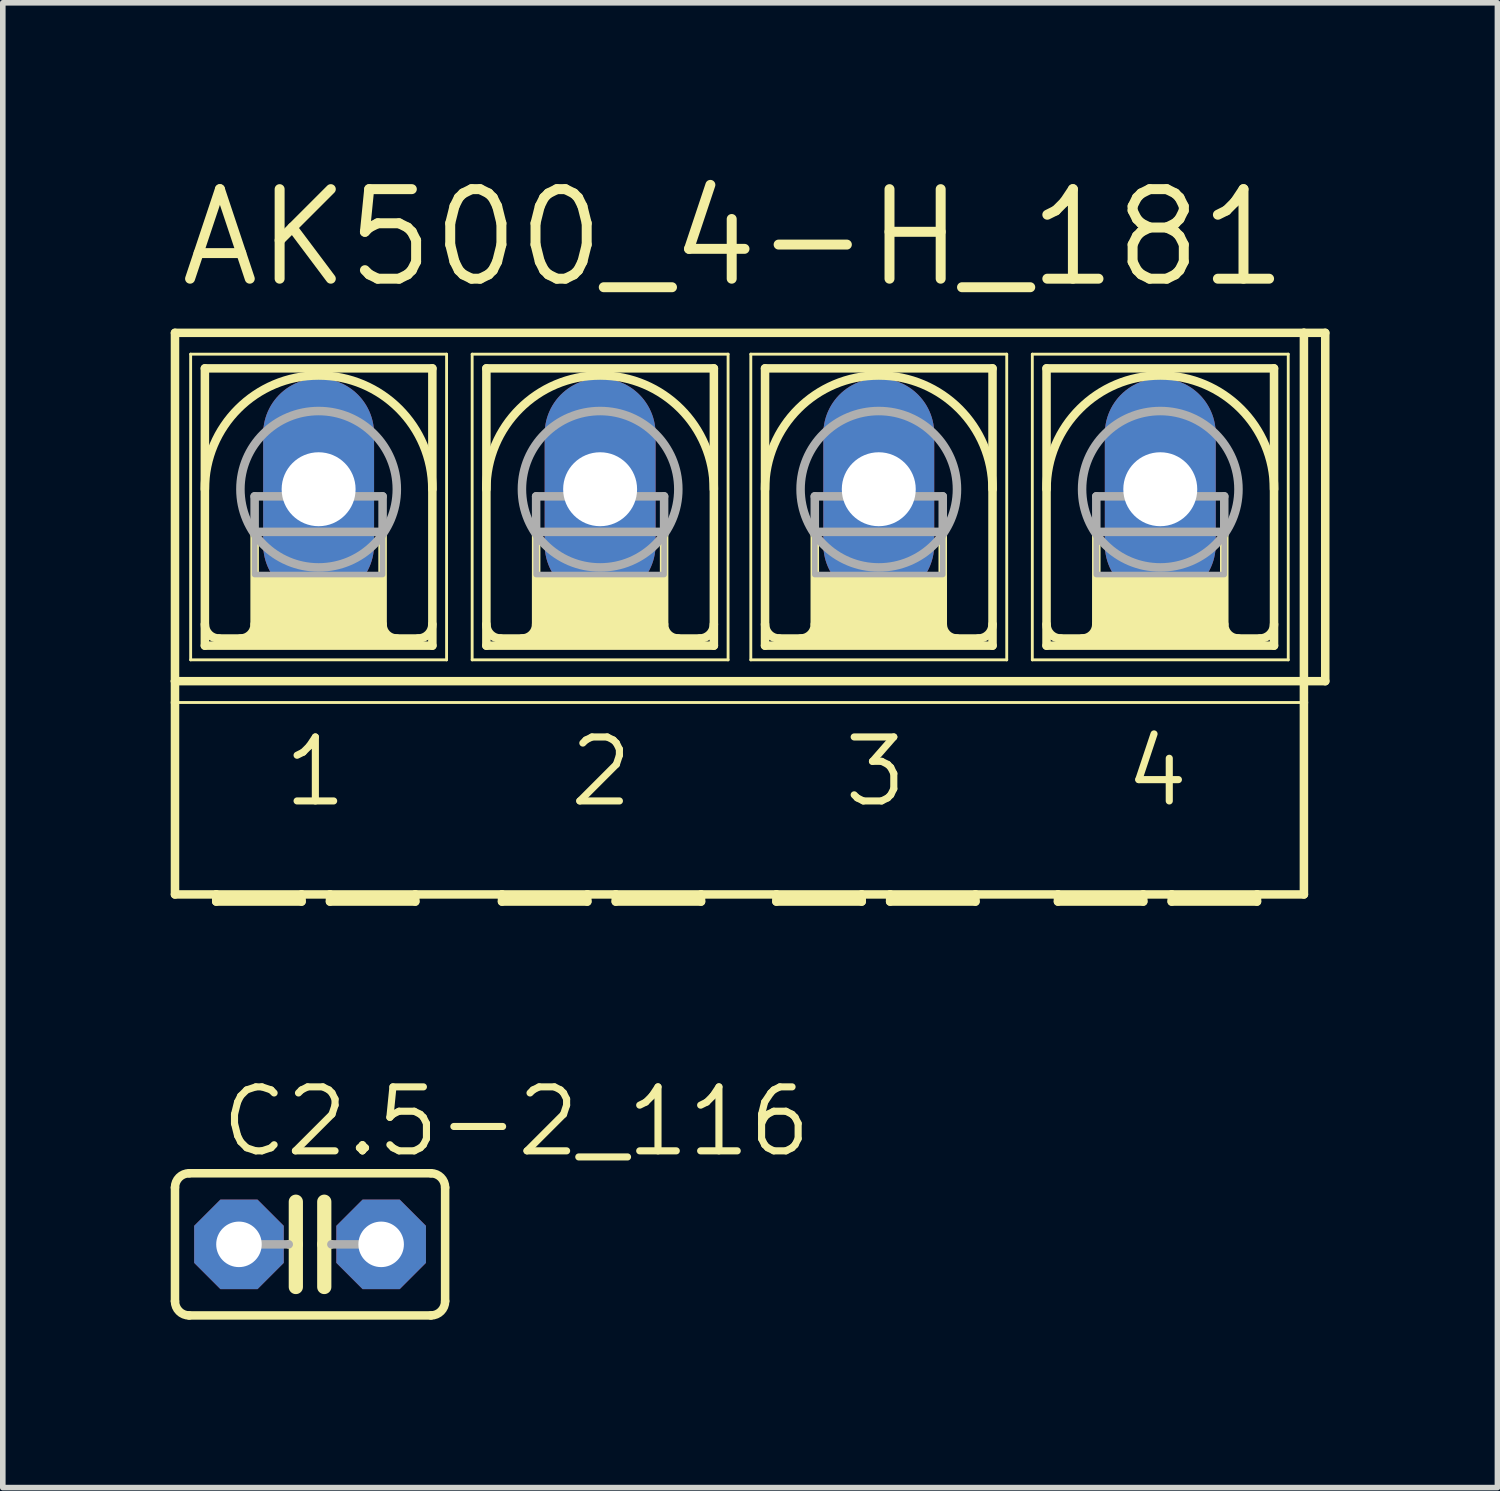
<source format=kicad_pcb>
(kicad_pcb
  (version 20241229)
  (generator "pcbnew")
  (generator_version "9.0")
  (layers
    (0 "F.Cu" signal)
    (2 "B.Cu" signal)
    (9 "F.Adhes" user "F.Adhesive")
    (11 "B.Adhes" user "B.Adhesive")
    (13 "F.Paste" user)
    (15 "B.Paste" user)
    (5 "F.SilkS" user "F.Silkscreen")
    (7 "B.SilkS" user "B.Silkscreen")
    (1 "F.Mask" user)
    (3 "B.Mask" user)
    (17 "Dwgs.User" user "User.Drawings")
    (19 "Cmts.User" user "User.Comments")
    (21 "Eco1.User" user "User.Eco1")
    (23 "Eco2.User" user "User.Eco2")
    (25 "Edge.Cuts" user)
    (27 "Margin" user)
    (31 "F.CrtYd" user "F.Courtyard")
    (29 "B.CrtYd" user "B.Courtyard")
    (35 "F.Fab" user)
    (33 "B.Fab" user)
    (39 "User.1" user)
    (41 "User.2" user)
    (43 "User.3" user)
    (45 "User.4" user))
  (footprint "AK500_4-H_181"
    (layer "F.Cu")
    (at 10.16 5.69)
    (property "Reference" "AK500_4-H_181" (at -10.084 -3.556 0) (unlocked yes) (layer "F.SilkS") (effects (font (size 1.6 1.6) (thickness 0.178)) (justify left bottom)))
    (fp_line (start -10.084 3.429) (end -10.084 -2.794) (stroke (width 0.152) (type solid)) (layer "F.SilkS"))
    (fp_line (start -10.084 3.429) (end 10.084 3.429) (stroke (width 0.152) (type solid)) (layer "F.SilkS"))
    (fp_line (start -10.084 3.81) (end -10.084 3.429) (stroke (width 0.152) (type solid)) (layer "F.SilkS"))
    (fp_line (start -10.084 7.239) (end -10.084 3.81) (stroke (width 0.152) (type solid)) (layer "F.SilkS"))
    (fp_line (start -10.084 7.239) (end -9.347 7.239) (stroke (width 0.152) (type solid)) (layer "F.SilkS"))
    (fp_line (start -9.804 -2.413) (end -9.804 3.048) (stroke (width 0.051) (type solid)) (layer "F.SilkS"))
    (fp_line (start -9.804 -2.413) (end -5.232 -2.413) (stroke (width 0.051) (type solid)) (layer "F.SilkS"))
    (fp_line (start -9.55 2.794) (end -9.55 -2.159) (stroke (width 0.152) (type solid)) (layer "F.SilkS"))
    (fp_line (start -9.55 2.794) (end -5.486 2.794) (stroke (width 0.152) (type solid)) (layer "F.SilkS"))
    (fp_line (start -9.347 7.239) (end -7.823 7.239) (stroke (width 0.152) (type solid)) (layer "F.SilkS"))
    (fp_line (start -9.347 7.366) (end -9.347 7.239) (stroke (width 0.152) (type solid)) (layer "F.SilkS"))
    (fp_line (start -9.347 7.366) (end -7.823 7.366) (stroke (width 0.152) (type solid)) (layer "F.SilkS"))
    (fp_line (start -8.661 0.762) (end -8.661 2.413) (stroke (width 0.152) (type solid)) (layer "F.SilkS"))
    (fp_line (start -7.823 7.239) (end -7.823 7.366) (stroke (width 0.152) (type solid)) (layer "F.SilkS"))
    (fp_line (start -7.823 7.239) (end -7.315 7.239) (stroke (width 0.152) (type solid)) (layer "F.SilkS"))
    (fp_line (start -7.315 7.239) (end -5.791 7.239) (stroke (width 0.152) (type solid)) (layer "F.SilkS"))
    (fp_line (start -7.315 7.366) (end -7.315 7.239) (stroke (width 0.152) (type solid)) (layer "F.SilkS"))
    (fp_line (start -7.315 7.366) (end -5.791 7.366) (stroke (width 0.152) (type solid)) (layer "F.SilkS"))
    (fp_line (start -6.375 0.762) (end -6.375 2.413) (stroke (width 0.152) (type solid)) (layer "F.SilkS"))
    (fp_line (start -5.791 7.239) (end -4.242 7.239) (stroke (width 0.152) (type solid)) (layer "F.SilkS"))
    (fp_line (start -5.791 7.366) (end -5.791 7.239) (stroke (width 0.152) (type solid)) (layer "F.SilkS"))
    (fp_line (start -5.74 2.667) (end -9.296 2.667) (stroke (width 0.152) (type solid)) (layer "F.SilkS"))
    (fp_line (start -5.486 -2.159) (end -9.55 -2.159) (stroke (width 0.152) (type solid)) (layer "F.SilkS"))
    (fp_line (start -5.486 -2.159) (end -5.486 2.794) (stroke (width 0.152) (type solid)) (layer "F.SilkS"))
    (fp_line (start -5.232 -2.413) (end -5.232 3.048) (stroke (width 0.051) (type solid)) (layer "F.SilkS"))
    (fp_line (start -5.232 3.048) (end -9.804 3.048) (stroke (width 0.051) (type solid)) (layer "F.SilkS"))
    (fp_line (start -4.775 -2.413) (end -4.775 3.048) (stroke (width 0.051) (type solid)) (layer "F.SilkS"))
    (fp_line (start -4.775 -2.413) (end -0.203 -2.413) (stroke (width 0.051) (type solid)) (layer "F.SilkS"))
    (fp_line (start -4.521 -2.159) (end -4.521 2.794) (stroke (width 0.152) (type solid)) (layer "F.SilkS"))
    (fp_line (start -4.521 2.794) (end -0.457 2.794) (stroke (width 0.152) (type solid)) (layer "F.SilkS"))
    (fp_line (start -4.242 7.239) (end -2.718 7.239) (stroke (width 0.152) (type solid)) (layer "F.SilkS"))
    (fp_line (start -4.242 7.366) (end -4.242 7.239) (stroke (width 0.152) (type solid)) (layer "F.SilkS"))
    (fp_line (start -4.242 7.366) (end -2.718 7.366) (stroke (width 0.152) (type solid)) (layer "F.SilkS"))
    (fp_line (start -3.632 0.762) (end -3.632 2.413) (stroke (width 0.152) (type solid)) (layer "F.SilkS"))
    (fp_line (start -2.718 7.239) (end -2.718 7.366) (stroke (width 0.152) (type solid)) (layer "F.SilkS"))
    (fp_line (start -2.718 7.239) (end -2.21 7.239) (stroke (width 0.152) (type solid)) (layer "F.SilkS"))
    (fp_line (start -2.21 7.239) (end -0.686 7.239) (stroke (width 0.152) (type solid)) (layer "F.SilkS"))
    (fp_line (start -2.21 7.366) (end -2.21 7.239) (stroke (width 0.152) (type solid)) (layer "F.SilkS"))
    (fp_line (start -2.21 7.366) (end -0.686 7.366) (stroke (width 0.152) (type solid)) (layer "F.SilkS"))
    (fp_line (start -1.346 0.762) (end -1.346 2.413) (stroke (width 0.152) (type solid)) (layer "F.SilkS"))
    (fp_line (start -0.711 2.667) (end -4.267 2.667) (stroke (width 0.152) (type solid)) (layer "F.SilkS"))
    (fp_line (start -0.686 7.366) (end -0.686 7.239) (stroke (width 0.152) (type solid)) (layer "F.SilkS"))
    (fp_line (start -0.457 -2.159) (end -4.521 -2.159) (stroke (width 0.152) (type solid)) (layer "F.SilkS"))
    (fp_line (start -0.457 2.794) (end -0.457 -2.159) (stroke (width 0.152) (type solid)) (layer "F.SilkS"))
    (fp_line (start -0.203 3.048) (end -4.775 3.048) (stroke (width 0.051) (type solid)) (layer "F.SilkS"))
    (fp_line (start -0.203 3.048) (end -0.203 -2.413) (stroke (width 0.051) (type solid)) (layer "F.SilkS"))
    (fp_line (start 0.203 -2.413) (end 0.203 3.048) (stroke (width 0.051) (type solid)) (layer "F.SilkS"))
    (fp_line (start 0.203 -2.413) (end 4.775 -2.413) (stroke (width 0.051) (type solid)) (layer "F.SilkS"))
    (fp_line (start 0.457 2.794) (end 0.457 -2.159) (stroke (width 0.152) (type solid)) (layer "F.SilkS"))
    (fp_line (start 0.457 2.794) (end 4.521 2.794) (stroke (width 0.152) (type solid)) (layer "F.SilkS"))
    (fp_line (start 0.66 7.239) (end -0.686 7.239) (stroke (width 0.152) (type solid)) (layer "F.SilkS"))
    (fp_line (start 0.66 7.239) (end 0.66 7.366) (stroke (width 0.152) (type solid)) (layer "F.SilkS"))
    (fp_line (start 0.66 7.239) (end 2.184 7.239) (stroke (width 0.152) (type solid)) (layer "F.SilkS"))
    (fp_line (start 0.66 7.366) (end 2.184 7.366) (stroke (width 0.152) (type solid)) (layer "F.SilkS"))
    (fp_line (start 1.346 0.762) (end 1.346 2.413) (stroke (width 0.152) (type solid)) (layer "F.SilkS"))
    (fp_line (start 2.184 7.239) (end 2.184 7.366) (stroke (width 0.152) (type solid)) (layer "F.SilkS"))
    (fp_line (start 2.184 7.239) (end 2.692 7.239) (stroke (width 0.152) (type solid)) (layer "F.SilkS"))
    (fp_line (start 2.692 7.239) (end 2.692 7.366) (stroke (width 0.152) (type solid)) (layer "F.SilkS"))
    (fp_line (start 2.692 7.239) (end 4.216 7.239) (stroke (width 0.152) (type solid)) (layer "F.SilkS"))
    (fp_line (start 2.692 7.366) (end 4.216 7.366) (stroke (width 0.152) (type solid)) (layer "F.SilkS"))
    (fp_line (start 3.632 0.762) (end 3.632 2.413) (stroke (width 0.152) (type solid)) (layer "F.SilkS"))
    (fp_line (start 4.216 7.366) (end 4.216 7.239) (stroke (width 0.152) (type solid)) (layer "F.SilkS"))
    (fp_line (start 4.267 2.667) (end 0.711 2.667) (stroke (width 0.152) (type solid)) (layer "F.SilkS"))
    (fp_line (start 4.521 -2.159) (end 0.457 -2.159) (stroke (width 0.152) (type solid)) (layer "F.SilkS"))
    (fp_line (start 4.521 -2.159) (end 4.521 2.794) (stroke (width 0.152) (type solid)) (layer "F.SilkS"))
    (fp_line (start 4.775 -2.413) (end 4.775 3.048) (stroke (width 0.051) (type solid)) (layer "F.SilkS"))
    (fp_line (start 4.775 3.048) (end 0.203 3.048) (stroke (width 0.051) (type solid)) (layer "F.SilkS"))
    (fp_line (start 5.232 -2.413) (end 5.232 3.048) (stroke (width 0.051) (type solid)) (layer "F.SilkS"))
    (fp_line (start 5.232 -2.413) (end 9.804 -2.413) (stroke (width 0.051) (type solid)) (layer "F.SilkS"))
    (fp_line (start 5.486 2.794) (end 5.486 -2.159) (stroke (width 0.152) (type solid)) (layer "F.SilkS"))
    (fp_line (start 5.486 2.794) (end 9.55 2.794) (stroke (width 0.152) (type solid)) (layer "F.SilkS"))
    (fp_line (start 5.69 7.239) (end 4.216 7.239) (stroke (width 0.152) (type solid)) (layer "F.SilkS"))
    (fp_line (start 5.69 7.239) (end 5.69 7.366) (stroke (width 0.152) (type solid)) (layer "F.SilkS"))
    (fp_line (start 5.69 7.366) (end 7.214 7.366) (stroke (width 0.152) (type solid)) (layer "F.SilkS"))
    (fp_line (start 6.375 0.762) (end 6.375 2.413) (stroke (width 0.152) (type solid)) (layer "F.SilkS"))
    (fp_line (start 7.214 7.239) (end 5.69 7.239) (stroke (width 0.152) (type solid)) (layer "F.SilkS"))
    (fp_line (start 7.214 7.239) (end 7.214 7.366) (stroke (width 0.152) (type solid)) (layer "F.SilkS"))
    (fp_line (start 7.722 7.239) (end 7.214 7.239) (stroke (width 0.152) (type solid)) (layer "F.SilkS"))
    (fp_line (start 7.722 7.239) (end 7.722 7.366) (stroke (width 0.152) (type solid)) (layer "F.SilkS"))
    (fp_line (start 7.722 7.366) (end 9.246 7.366) (stroke (width 0.152) (type solid)) (layer "F.SilkS"))
    (fp_line (start 8.661 0.762) (end 8.661 2.413) (stroke (width 0.152) (type solid)) (layer "F.SilkS"))
    (fp_line (start 9.246 7.239) (end 7.722 7.239) (stroke (width 0.152) (type solid)) (layer "F.SilkS"))
    (fp_line (start 9.246 7.366) (end 9.246 7.239) (stroke (width 0.152) (type solid)) (layer "F.SilkS"))
    (fp_line (start 9.296 2.667) (end 5.74 2.667) (stroke (width 0.152) (type solid)) (layer "F.SilkS"))
    (fp_line (start 9.55 -2.159) (end 5.486 -2.159) (stroke (width 0.152) (type solid)) (layer "F.SilkS"))
    (fp_line (start 9.55 -2.159) (end 9.55 2.794) (stroke (width 0.152) (type solid)) (layer "F.SilkS"))
    (fp_line (start 9.804 -2.413) (end 9.804 3.048) (stroke (width 0.051) (type solid)) (layer "F.SilkS"))
    (fp_line (start 9.804 3.048) (end 5.232 3.048) (stroke (width 0.051) (type solid)) (layer "F.SilkS"))
    (fp_line (start 10.084 -2.794) (end -10.084 -2.794) (stroke (width 0.152) (type solid)) (layer "F.SilkS"))
    (fp_line (start 10.084 -2.794) (end 10.084 3.429) (stroke (width 0.152) (type solid)) (layer "F.SilkS"))
    (fp_line (start 10.084 3.429) (end 10.084 3.81) (stroke (width 0.152) (type solid)) (layer "F.SilkS"))
    (fp_line (start 10.084 3.81) (end -10.084 3.81) (stroke (width 0.051) (type solid)) (layer "F.SilkS"))
    (fp_line (start 10.084 3.81) (end 10.084 7.239) (stroke (width 0.152) (type solid)) (layer "F.SilkS"))
    (fp_line (start 10.084 7.239) (end 9.246 7.239) (stroke (width 0.152) (type solid)) (layer "F.SilkS"))
    (fp_line (start 10.465 -2.794) (end 10.084 -2.794) (stroke (width 0.152) (type solid)) (layer "F.SilkS"))
    (fp_line (start 10.465 -2.794) (end 10.465 3.429) (stroke (width 0.152) (type solid)) (layer "F.SilkS"))
    (fp_line (start 10.465 3.429) (end 10.084 3.429) (stroke (width 0.152) (type solid)) (layer "F.SilkS"))
    (fp_arc (start -9.5504 0) (mid -7.5184 -2.032) (end -5.4864 0) (stroke (width 0.1524) (type solid)) (layer "F.SilkS"))
    (fp_arc (start -9.2964 2.667) (mid -9.476005 2.592605) (end -9.5504 2.413) (stroke (width 0.1524) (type solid)) (layer "F.SilkS"))
    (fp_arc (start -8.6614 2.413) (mid -8.735795 2.592605) (end -8.9154 2.667) (stroke (width 0.1524) (type solid)) (layer "F.SilkS"))
    (fp_arc (start -6.1214 2.667) (mid -6.301005 2.592605) (end -6.3754 2.413) (stroke (width 0.1524) (type solid)) (layer "F.SilkS"))
    (fp_arc (start -5.4864 2.413) (mid -5.560795 2.592605) (end -5.7404 2.667) (stroke (width 0.1524) (type solid)) (layer "F.SilkS"))
    (fp_arc (start -4.5212 0) (mid -2.4892 -2.032) (end -0.4572 0) (stroke (width 0.1524) (type solid)) (layer "F.SilkS"))
    (fp_arc (start -4.2672 2.667) (mid -4.446805 2.592605) (end -4.5212 2.413) (stroke (width 0.1524) (type solid)) (layer "F.SilkS"))
    (fp_arc (start -3.6322 2.413) (mid -3.706595 2.592605) (end -3.8862 2.667) (stroke (width 0.1524) (type solid)) (layer "F.SilkS"))
    (fp_arc (start -1.0922 2.667) (mid -1.271805 2.592605) (end -1.3462 2.413) (stroke (width 0.1524) (type solid)) (layer "F.SilkS"))
    (fp_arc (start -0.4572 2.413) (mid -0.531595 2.592605) (end -0.7112 2.667) (stroke (width 0.1524) (type solid)) (layer "F.SilkS"))
    (fp_arc (start 0.4572 0) (mid 2.4892 -2.032) (end 4.5212 0) (stroke (width 0.1524) (type solid)) (layer "F.SilkS"))
    (fp_arc (start 0.7112 2.667) (mid 0.531595 2.592605) (end 0.4572 2.413) (stroke (width 0.1524) (type solid)) (layer "F.SilkS"))
    (fp_arc (start 1.3462 2.413) (mid 1.271805 2.592605) (end 1.0922 2.667) (stroke (width 0.1524) (type solid)) (layer "F.SilkS"))
    (fp_arc (start 3.8862 2.667) (mid 3.706595 2.592605) (end 3.6322 2.413) (stroke (width 0.1524) (type solid)) (layer "F.SilkS"))
    (fp_arc (start 4.5212 2.413) (mid 4.446805 2.592605) (end 4.2672 2.667) (stroke (width 0.1524) (type solid)) (layer "F.SilkS"))
    (fp_arc (start 5.4864 0) (mid 7.5184 -2.032) (end 9.5504 0) (stroke (width 0.1524) (type solid)) (layer "F.SilkS"))
    (fp_arc (start 5.7404 2.667) (mid 5.560795 2.592605) (end 5.4864 2.413) (stroke (width 0.1524) (type solid)) (layer "F.SilkS"))
    (fp_arc (start 6.3754 2.413) (mid 6.301005 2.592605) (end 6.1214 2.667) (stroke (width 0.1524) (type solid)) (layer "F.SilkS"))
    (fp_arc (start 8.9154 2.667) (mid 8.735795 2.592605) (end 8.6614 2.413) (stroke (width 0.1524) (type solid)) (layer "F.SilkS"))
    (fp_arc (start 9.5504 2.413) (mid 9.476005 2.592605) (end 9.2964 2.667) (stroke (width 0.1524) (type solid)) (layer "F.SilkS"))
    (fp_poly (pts (xy -8.661 2.667) (xy -6.375 2.667) (xy -6.375 1.524) (xy -8.661 1.524)) (stroke (width 0) (type default)) (fill yes) (layer "F.SilkS"))
    (fp_poly (pts (xy -3.632 2.667) (xy -1.346 2.667) (xy -1.346 1.524) (xy -3.632 1.524)) (stroke (width 0) (type default)) (fill yes) (layer "F.SilkS"))
    (fp_poly (pts (xy 1.346 2.667) (xy 3.632 2.667) (xy 3.632 1.524) (xy 1.346 1.524)) (stroke (width 0) (type default)) (fill yes) (layer "F.SilkS"))
    (fp_poly (pts (xy 6.375 2.667) (xy 8.661 2.667) (xy 8.661 1.524) (xy 6.375 1.524)) (stroke (width 0) (type default)) (fill yes) (layer "F.SilkS"))
    (fp_line (start -8.661 0.127) (end -8.661 0.762) (stroke (width 0.152) (type solid)) (layer "F.Fab"))
    (fp_line (start -8.661 0.127) (end -6.375 0.127) (stroke (width 0.152) (type solid)) (layer "F.Fab"))
    (fp_line (start -8.661 0.762) (end -6.375 0.762) (stroke (width 0.152) (type solid)) (layer "F.Fab"))
    (fp_line (start -6.375 0.127) (end -6.375 0.762) (stroke (width 0.152) (type solid)) (layer "F.Fab"))
    (fp_line (start -3.632 0.127) (end -3.632 0.762) (stroke (width 0.152) (type solid)) (layer "F.Fab"))
    (fp_line (start -3.632 0.127) (end -1.346 0.127) (stroke (width 0.152) (type solid)) (layer "F.Fab"))
    (fp_line (start -3.632 0.762) (end -1.346 0.762) (stroke (width 0.152) (type solid)) (layer "F.Fab"))
    (fp_line (start -1.346 0.127) (end -1.346 0.762) (stroke (width 0.152) (type solid)) (layer "F.Fab"))
    (fp_line (start 1.346 0.127) (end 1.346 0.762) (stroke (width 0.152) (type solid)) (layer "F.Fab"))
    (fp_line (start 1.346 0.127) (end 3.632 0.127) (stroke (width 0.152) (type solid)) (layer "F.Fab"))
    (fp_line (start 1.346 0.762) (end 3.632 0.762) (stroke (width 0.152) (type solid)) (layer "F.Fab"))
    (fp_line (start 3.632 0.127) (end 3.632 0.762) (stroke (width 0.152) (type solid)) (layer "F.Fab"))
    (fp_line (start 6.375 0.127) (end 6.375 0.762) (stroke (width 0.152) (type solid)) (layer "F.Fab"))
    (fp_line (start 6.375 0.127) (end 8.661 0.127) (stroke (width 0.152) (type solid)) (layer "F.Fab"))
    (fp_line (start 6.375 0.762) (end 8.661 0.762) (stroke (width 0.152) (type solid)) (layer "F.Fab"))
    (fp_line (start 8.661 0.127) (end 8.661 0.762) (stroke (width 0.152) (type solid)) (layer "F.Fab"))
    (fp_circle (center -7.518 0) (end -6.121 0) (stroke (width 0.152) (type solid)) (fill no) (layer "F.Fab"))
    (fp_circle (center -2.489 0) (end -1.092 0) (stroke (width 0.152) (type solid)) (fill no) (layer "F.Fab"))
    (fp_circle (center 2.489 0) (end 3.886 0) (stroke (width 0.152) (type solid)) (fill no) (layer "F.Fab"))
    (fp_circle (center 7.518 0) (end 8.915 0) (stroke (width 0.152) (type solid)) (fill no) (layer "F.Fab"))
    (fp_poly (pts (xy -8.661 1.524) (xy -6.375 1.524) (xy -6.375 0.762) (xy -8.661 0.762)) (stroke (width 0.1) (type default)) (fill no) (layer "F.Fab"))
    (fp_poly (pts (xy -3.632 1.524) (xy -1.346 1.524) (xy -1.346 0.762) (xy -3.632 0.762)) (stroke (width 0.1) (type default)) (fill no) (layer "F.Fab"))
    (fp_poly (pts (xy 1.346 1.524) (xy 3.632 1.524) (xy 3.632 0.762) (xy 1.346 0.762)) (stroke (width 0.1) (type default)) (fill no) (layer "F.Fab"))
    (fp_poly (pts (xy 6.375 1.524) (xy 8.661 1.524) (xy 8.661 0.762) (xy 6.375 0.762)) (stroke (width 0.1) (type default)) (fill no) (layer "F.Fab"))
    (fp_text user "4" (at 6.833 5.715 0) (unlocked yes) (layer "F.SilkS") (effects (font (size 1.143 1.143) (thickness 0.127)) (justify left bottom)))
    (fp_text user "2" (at -3.099 5.715 0) (unlocked yes) (layer "F.SilkS") (effects (font (size 1.143 1.143) (thickness 0.127)) (justify left bottom)))
    (fp_text user "1" (at -8.204 5.715 0) (unlocked yes) (layer "F.SilkS") (effects (font (size 1.143 1.143) (thickness 0.127)) (justify left bottom)))
    (fp_text user "3" (at 1.803 5.715 0) (unlocked yes) (layer "F.SilkS") (effects (font (size 1.143 1.143) (thickness 0.127)) (justify left bottom)))
    (pad "1" thru_hole oval (at -7.518 0 90) (size 3.962 1.981) (drill 1.321) (layers "*.Cu" "*.Mask"))
    (pad "2" thru_hole oval (at -2.489 0 90) (size 3.962 1.981) (drill 1.321) (layers "*.Cu" "*.Mask"))
    (pad "3" thru_hole oval (at 2.489 0 90) (size 3.962 1.981) (drill 1.321) (layers "*.Cu" "*.Mask"))
    (pad "4" thru_hole oval (at 7.518 0 90) (size 3.962 1.981) (drill 1.321) (layers "*.Cu" "*.Mask")))
  (footprint "C2.5-2_116"
    (layer "F.Cu")
    (at 2.489 19.18)
    (property "Reference" "C2.5-2_116" (at -1.651 -1.524 0) (unlocked yes) (layer "F.SilkS") (effects (font (size 1.143 1.143) (thickness 0.127)) (justify left bottom)))
    (fp_line (start -2.413 -1.016) (end -2.413 1.016) (stroke (width 0.152) (type solid)) (layer "F.SilkS"))
    (fp_line (start -2.159 -1.27) (end 2.159 -1.27) (stroke (width 0.152) (type solid)) (layer "F.SilkS"))
    (fp_line (start -0.254 -0.762) (end -0.254 0) (stroke (width 0.254) (type solid)) (layer "F.SilkS"))
    (fp_line (start -0.254 0) (end -0.381 0) (stroke (width 0.152) (type solid)) (layer "F.SilkS"))
    (fp_line (start -0.254 0) (end -0.254 0.762) (stroke (width 0.254) (type solid)) (layer "F.SilkS"))
    (fp_line (start 0.254 0) (end 0.254 -0.762) (stroke (width 0.254) (type solid)) (layer "F.SilkS"))
    (fp_line (start 0.254 0) (end 0.254 0.762) (stroke (width 0.254) (type solid)) (layer "F.SilkS"))
    (fp_line (start 0.381 0) (end 0.254 0) (stroke (width 0.152) (type solid)) (layer "F.SilkS"))
    (fp_line (start 2.159 1.27) (end -2.159 1.27) (stroke (width 0.152) (type solid)) (layer "F.SilkS"))
    (fp_line (start 2.413 -1.016) (end 2.413 1.016) (stroke (width 0.152) (type solid)) (layer "F.SilkS"))
    (fp_arc (start -2.413 -1.016) (mid -2.338605 -1.195605) (end -2.159 -1.27) (stroke (width 0.1524) (type solid)) (layer "F.SilkS"))
    (fp_arc (start -2.159 1.27) (mid -2.338605 1.195605) (end -2.413 1.016) (stroke (width 0.1524) (type solid)) (layer "F.SilkS"))
    (fp_arc (start 2.159 -1.27) (mid 2.338605 -1.195605) (end 2.413 -1.016) (stroke (width 0.1524) (type solid)) (layer "F.SilkS"))
    (fp_arc (start 2.413 1.016) (mid 2.338605 1.195605) (end 2.159 1.27) (stroke (width 0.1524) (type solid)) (layer "F.SilkS"))
    (fp_line (start -0.381 0) (end -1.27 0) (stroke (width 0.152) (type solid)) (layer "F.Fab"))
    (fp_line (start 1.27 0) (end 0.381 0) (stroke (width 0.152) (type solid)) (layer "F.Fab"))
    (pad "1" thru_hole roundrect (at -1.27 0) (size 1.6 1.6) (drill 0.813) (layers "*.Cu" "*.Mask") (roundrect_rratio 0.25) (chamfer_ratio 0.293) (chamfer top_left top_right bottom_left bottom_right))
    (pad "2" thru_hole roundrect (at 1.27 0) (size 1.6 1.6) (drill 0.813) (layers "*.Cu" "*.Mask") (roundrect_rratio 0.25) (chamfer_ratio 0.293) (chamfer top_left top_right bottom_left bottom_right)))
  (gr_rect
    (start -3 -3)
    (end 23.701 23.526)
    (stroke (width 0.1) (type default))
    (fill no)
    (layer "Edge.Cuts")))
</source>
